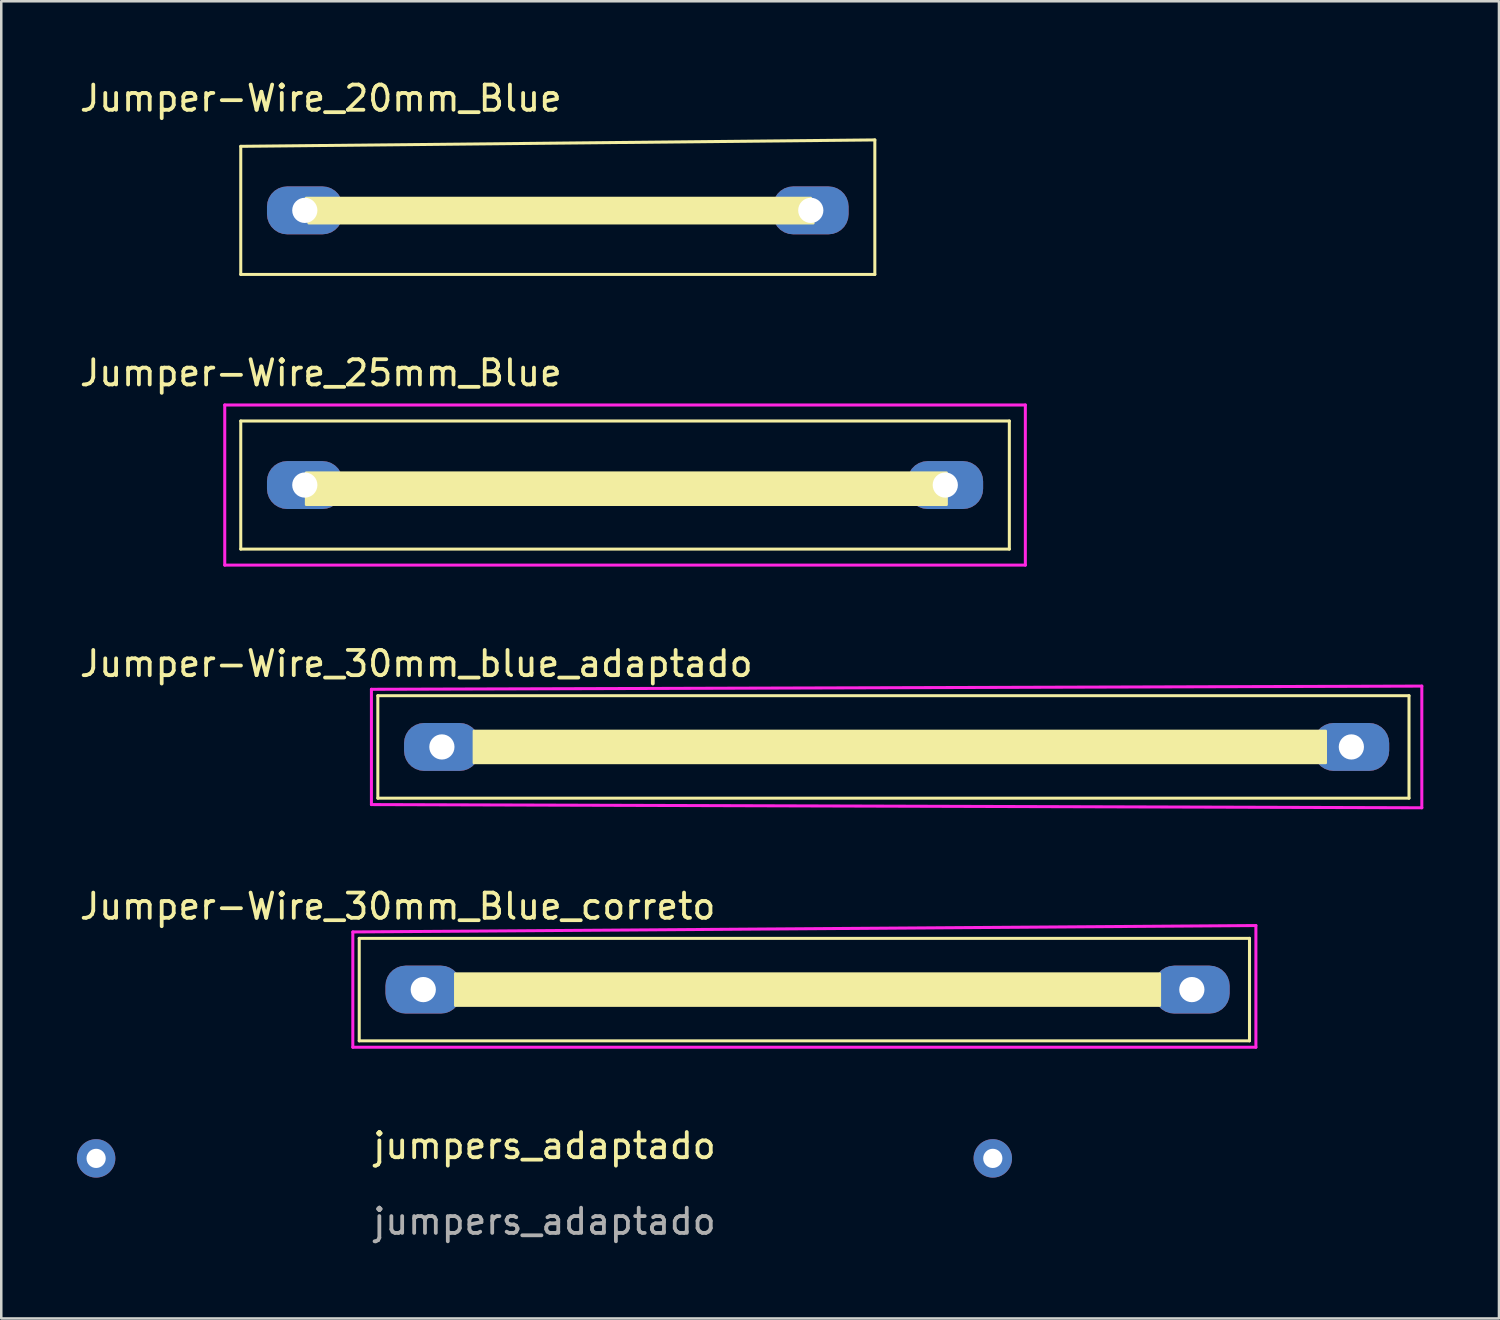
<source format=kicad_pcb>
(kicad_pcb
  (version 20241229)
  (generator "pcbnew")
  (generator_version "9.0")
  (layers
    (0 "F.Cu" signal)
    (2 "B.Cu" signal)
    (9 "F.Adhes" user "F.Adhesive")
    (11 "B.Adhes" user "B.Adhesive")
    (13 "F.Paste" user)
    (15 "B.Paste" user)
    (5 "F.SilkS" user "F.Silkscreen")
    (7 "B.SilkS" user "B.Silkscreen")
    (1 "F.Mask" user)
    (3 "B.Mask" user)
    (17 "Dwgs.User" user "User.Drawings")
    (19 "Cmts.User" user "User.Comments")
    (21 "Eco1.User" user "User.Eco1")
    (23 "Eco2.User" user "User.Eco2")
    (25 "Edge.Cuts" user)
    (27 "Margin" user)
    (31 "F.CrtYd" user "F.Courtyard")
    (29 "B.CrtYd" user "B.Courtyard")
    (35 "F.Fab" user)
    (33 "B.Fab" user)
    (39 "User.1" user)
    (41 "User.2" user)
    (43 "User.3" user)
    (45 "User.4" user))
  (footprint "Jumper-Wire_30mm_Blue_correto"
    (layer "F.Cu")
    (at 13.736 36.195)
    (property "Reference" "Jumper-Wire_30mm_Blue_correto" (at -1.016 -3.302 0) (layer "F.SilkS") (effects (font (size 1 1) (thickness 0.15))))
    (attr through_hole)
    (fp_line (start -2.54 -2.032) (end 32.766 -2.032) (stroke (width 0.12) (type solid)) (layer "F.SilkS"))
    (fp_line (start -2.54 2.032) (end -2.54 -2.032) (stroke (width 0.12) (type solid)) (layer "F.SilkS"))
    (fp_line (start 32.766 -2.032) (end 32.766 2.032) (stroke (width 0.12) (type solid)) (layer "F.SilkS"))
    (fp_line (start 32.766 2.032) (end -2.54 2.032) (stroke (width 0.12) (type solid)) (layer "F.SilkS"))
    (fp_poly (pts (xy 29.21 0.635) (xy 1.27 0.635) (xy 1.27 -0.635) (xy 29.21 -0.635)) (stroke (width 0.1) (type solid)) (fill yes) (layer "F.SilkS"))
    (fp_line (start -2.794 -2.286) (end 33.02 -2.54) (stroke (width 0.12) (type solid)) (layer "F.CrtYd"))
    (fp_line (start -2.794 2.286) (end -2.794 -2.286) (stroke (width 0.12) (type solid)) (layer "F.CrtYd"))
    (fp_line (start 33.02 -2.54) (end 33.02 2.286) (stroke (width 0.12) (type solid)) (layer "F.CrtYd"))
    (fp_line (start 33.02 2.286) (end -2.794 2.286) (stroke (width 0.12) (type solid)) (layer "F.CrtYd"))
    (pad "1" thru_hole roundrect (at 0 0) (size 3 1.9) (drill 1) (layers "B.Cu") (roundrect_rratio 0.421))
    (pad "2" thru_hole roundrect (at 30.48 0) (size 3 1.9) (drill 1) (layers "B.Cu") (roundrect_rratio 0.421)))
  (footprint "Jumper-Wire_30mm_blue_adaptado"
    (layer "F.Cu")
    (at 14.474 26.572)
    (property "Reference" "Jumper-Wire_30mm_blue_adaptado" (at -1.016 -3.302 0) (layer "F.SilkS") (effects (font (size 1 1) (thickness 0.15))))
    (attr through_hole)
    (fp_line (start -2.54 -2.032) (end 38.354 -2.032) (stroke (width 0.12) (type solid)) (layer "F.SilkS"))
    (fp_line (start -2.54 2.032) (end -2.54 -2.032) (stroke (width 0.12) (type solid)) (layer "F.SilkS"))
    (fp_line (start 38.354 -2.032) (end 38.354 2.032) (stroke (width 0.12) (type solid)) (layer "F.SilkS"))
    (fp_line (start 38.354 2.032) (end -2.54 2.032) (stroke (width 0.12) (type solid)) (layer "F.SilkS"))
    (fp_poly (pts (xy 35.052 0.635) (xy 1.27 0.635) (xy 1.27 -0.635) (xy 35.052 -0.635)) (stroke (width 0.1) (type solid)) (fill yes) (layer "F.SilkS"))
    (fp_line (start -2.794 -2.286) (end 38.862 -2.413) (stroke (width 0.12) (type solid)) (layer "F.CrtYd"))
    (fp_line (start -2.794 2.286) (end -2.794 -2.286) (stroke (width 0.12) (type solid)) (layer "F.CrtYd"))
    (fp_line (start 38.862 -2.413) (end 38.862 2.413) (stroke (width 0.12) (type solid)) (layer "F.CrtYd"))
    (fp_line (start 38.862 2.413) (end -2.794 2.286) (stroke (width 0.12) (type solid)) (layer "F.CrtYd"))
    (pad "1" thru_hole roundrect (at 0 0) (size 3 1.9) (drill 1) (layers "B.Cu") (roundrect_rratio 0.421))
    (pad "2" thru_hole roundrect (at 36.068 0) (size 3 1.9) (drill 1) (layers "B.Cu") (roundrect_rratio 0.421)))
  (footprint "jumpers_adaptado"
    (layer "F.Cu")
    (at 18.542 42.889)
    (property "Reference" "jumpers_adaptado" (at 0 -0.5 0) (unlocked yes) (layer "F.SilkS") (effects (font (size 1 1) (thickness 0.15))))
    (fp_text user "${REFERENCE}" (at 0 2.5 0) (unlocked yes) (layer "F.Fab") (effects (font (size 1 1) (thickness 0.15))))
    (pad "" thru_hole circle (at -17.78 0) (size 1.524 1.524) (drill 0.762) (layers "*.Cu" "*.Mask"))
    (pad "" thru_hole circle (at 17.78 0) (size 1.524 1.524) (drill 0.762) (layers "*.Cu" "*.Mask")))
  (footprint "Jumper-Wire_25mm_Blue"
    (layer "F.Cu")
    (at 9.038 16.186)
    (property "Reference" "Jumper-Wire_25mm_Blue" (at 0.635 -4.445 0) (layer "F.SilkS") (effects (font (size 1 1) (thickness 0.15))))
    (attr through_hole)
    (fp_line (start -2.54 -2.54) (end 27.94 -2.54) (stroke (width 0.12) (type solid)) (layer "F.SilkS"))
    (fp_line (start -2.54 2.54) (end -2.54 -2.54) (stroke (width 0.12) (type solid)) (layer "F.SilkS"))
    (fp_line (start 27.94 -2.54) (end 27.94 2.54) (stroke (width 0.12) (type solid)) (layer "F.SilkS"))
    (fp_line (start 27.94 2.54) (end -2.54 2.54) (stroke (width 0.12) (type solid)) (layer "F.SilkS"))
    (fp_poly (pts (xy 25.452 0.78) (xy 0.052 0.78) (xy 0.052 -0.49) (xy 25.452 -0.49)) (stroke (width 0.1) (type solid)) (fill yes) (layer "F.SilkS"))
    (fp_line (start -3.175 -3.175) (end 28.575 -3.175) (stroke (width 0.12) (type solid)) (layer "F.CrtYd"))
    (fp_line (start -3.175 3.175) (end -3.175 -3.175) (stroke (width 0.12) (type solid)) (layer "F.CrtYd"))
    (fp_line (start 28.575 -3.175) (end 28.575 3.175) (stroke (width 0.12) (type solid)) (layer "F.CrtYd"))
    (fp_line (start 28.575 3.175) (end -3.175 3.175) (stroke (width 0.12) (type solid)) (layer "F.CrtYd"))
    (pad "1" thru_hole roundrect (at 0 0) (size 3 1.9) (drill 1) (layers "B.Cu") (roundrect_rratio 0.421))
    (pad "2" thru_hole roundrect (at 25.4 0) (size 3 1.9) (drill 1) (layers "B.Cu") (roundrect_rratio 0.421)))
  (footprint "Jumper-Wire_20mm_Blue"
    (layer "F.Cu")
    (at 9.038 5.293)
    (property "Reference" "Jumper-Wire_20mm_Blue" (at 0.635 -4.445 0) (layer "F.SilkS") (effects (font (size 1 1) (thickness 0.15))))
    (attr through_hole)
    (fp_line (start -2.54 -2.54) (end 22.606 -2.794) (stroke (width 0.12) (type solid)) (layer "F.SilkS"))
    (fp_line (start -2.54 2.54) (end -2.54 -2.54) (stroke (width 0.12) (type solid)) (layer "F.SilkS"))
    (fp_line (start 22.606 -2.794) (end 22.606 2.54) (stroke (width 0.12) (type solid)) (layer "F.SilkS"))
    (fp_line (start 22.606 2.54) (end -2.54 2.54) (stroke (width 0.12) (type solid)) (layer "F.SilkS"))
    (fp_poly (pts (xy 20.167 0.508) (xy 0.153 0.508) (xy 0.052 -0.49) (xy 20.066 -0.49)) (stroke (width 0.1) (type solid)) (fill yes) (layer "F.SilkS"))
    (pad "1" thru_hole roundrect (at 0 0) (size 3 1.9) (drill 1) (layers "B.Cu") (roundrect_rratio 0.421))
    (pad "2" thru_hole roundrect (at 20.066 0) (size 3 1.9) (drill 1) (layers "B.Cu") (roundrect_rratio 0.421)))
  (gr_rect
    (start -3 -3)
    (end 56.396 49.237)
    (stroke (width 0.1) (type default))
    (fill no)
    (layer "Edge.Cuts")))
</source>
